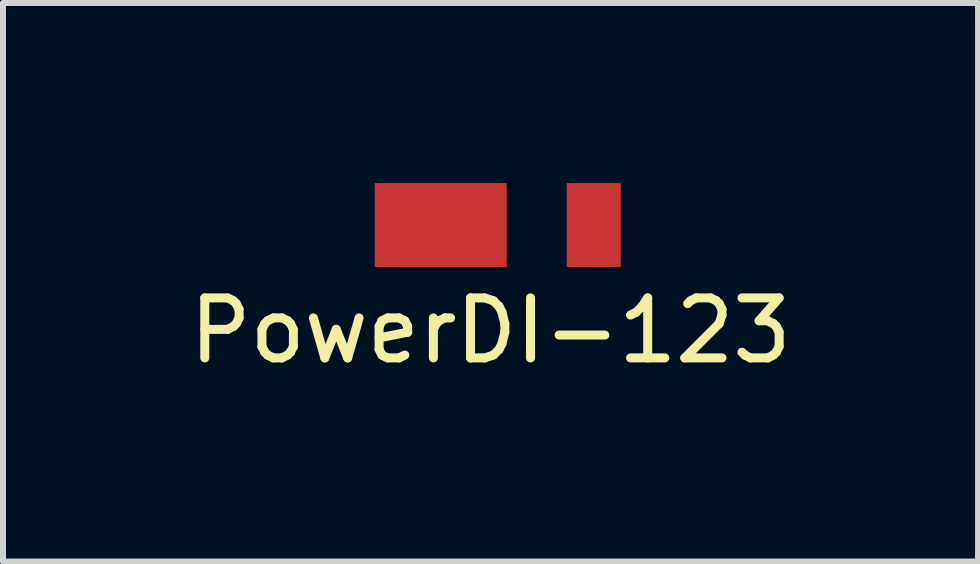
<source format=kicad_pcb>
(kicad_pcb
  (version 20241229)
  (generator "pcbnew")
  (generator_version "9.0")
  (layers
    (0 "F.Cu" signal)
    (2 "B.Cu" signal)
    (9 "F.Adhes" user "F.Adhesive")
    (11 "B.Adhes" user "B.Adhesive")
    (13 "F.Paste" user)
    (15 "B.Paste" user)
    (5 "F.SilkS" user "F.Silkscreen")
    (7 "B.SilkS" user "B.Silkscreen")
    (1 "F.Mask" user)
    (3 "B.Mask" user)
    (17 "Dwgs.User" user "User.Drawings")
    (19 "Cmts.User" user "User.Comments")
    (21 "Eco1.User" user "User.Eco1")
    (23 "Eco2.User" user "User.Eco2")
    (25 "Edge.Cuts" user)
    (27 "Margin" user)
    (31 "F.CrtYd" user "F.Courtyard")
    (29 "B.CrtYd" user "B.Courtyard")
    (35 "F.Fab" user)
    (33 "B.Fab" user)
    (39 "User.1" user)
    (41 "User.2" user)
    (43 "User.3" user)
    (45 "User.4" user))
  (footprint "PowerDI-123"
    (layer "F.Cu")
    (at 4.295 0.7)
    (property "Reference" "PowerDI-123" (at 0.83 1.76 0) (layer "F.SilkS") (effects (font (size 1 1) (thickness 0.15))))
    (attr through_hole)
    (pad "1" smd rect (at 0 0) (size 2.2 1.4) (layers "F.Cu" "F.Mask" "F.Paste"))
    (pad "2" smd rect (at 2.55 0) (size 0.9 1.4) (layers "F.Cu" "F.Mask" "F.Paste")))
  (gr_rect
    (start -3 -3)
    (end 13.25 6.308)
    (stroke (width 0.1) (type default))
    (fill no)
    (layer "Edge.Cuts")))
</source>
